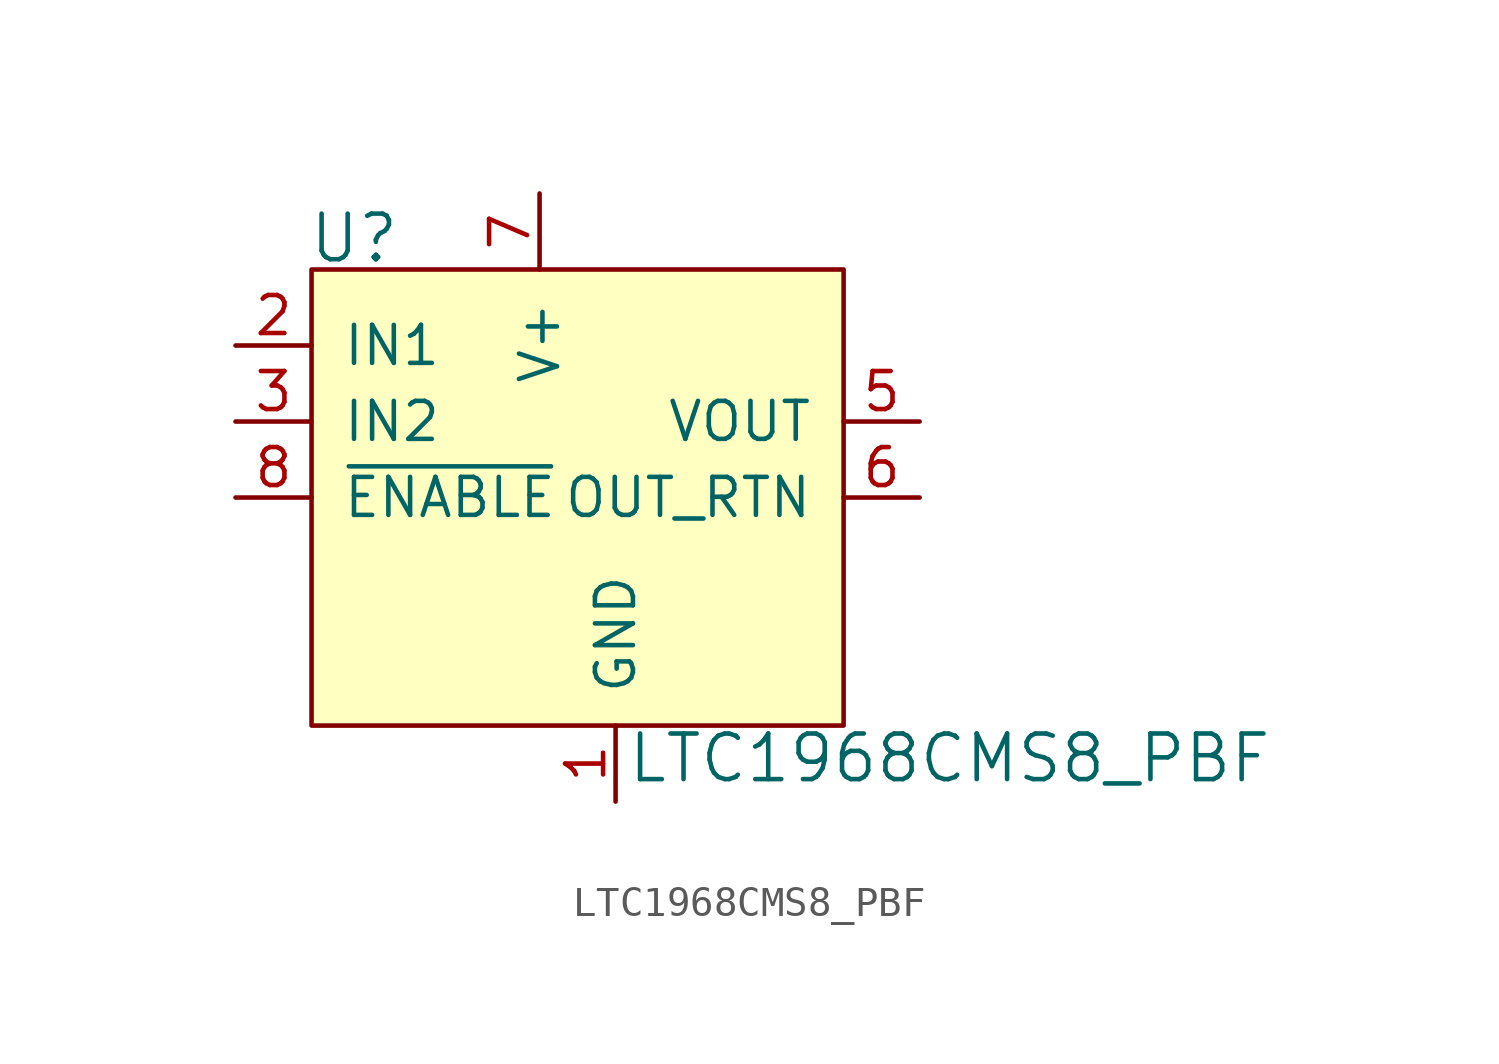
<source format=kicad_sym>
(kicad_symbol_lib
  (version 20231120)
  (generator "kicad_symbol_editor")
  (generator_version "8.0")
  (symbol "LTC1968CMS8_PBF"
    (pin_names
      (offset 1.016))
    (property "Reference" "U"
      (at -10.287 1.041 0)
      (effects (font (size 1.524 1.524)) (justify left)))
    (property "Value" "LTC1968CMS8_PBF"
      (at 0.356 -16.332 0)
      (effects (font (size 1.524 1.524)) (justify left)))
    (symbol "LTC1968CMS8_PBF_0_1"
      (rectangle (start -10.16 0) (end 7.62 -15.24) (stroke (width 0) (type default)) (fill (type background))))
    (symbol "LTC1968CMS8_PBF_1_1"
      (pin power_in line (at 0 -17.78 90) (length 2.54) (name "GND" (effects (font (size 1.27 1.27)))) (number "1" (effects (font (size 1.27 1.27)))))
      (pin input line (at -12.7 -2.54 0) (length 2.54) (name "IN1" (effects (font (size 1.27 1.27)))) (number "2" (effects (font (size 1.27 1.27)))))
      (pin input line (at -12.7 -5.08 0) (length 2.54) (name "IN2" (effects (font (size 1.27 1.27)))) (number "3" (effects (font (size 1.27 1.27)))))
      (pin no_connect line (at -10.16 -10.16 0) (length 2.54) hide (name "NC" (effects (font (size 1.27 1.27)))) (number "4" (effects (font (size 1.27 1.27)))))
      (pin power_out line (at 10.16 -5.08 180) (length 2.54) (name "VOUT" (effects (font (size 1.27 1.27)))) (number "5" (effects (font (size 1.27 1.27)))))
      (pin output line (at 10.16 -7.62 180) (length 2.54) (name "OUT_RTN" (effects (font (size 1.27 1.27)))) (number "6" (effects (font (size 1.27 1.27)))))
      (pin power_in line (at -2.54 2.54 270) (length 2.54) (name "V+" (effects (font (size 1.27 1.27)))) (number "7" (effects (font (size 1.27 1.27)))))
      (pin input line (at -12.7 -7.62 0) (length 2.54) (name "~{ENABLE}" (effects (font (size 1.27 1.27)))) (number "8" (effects (font (size 1.27 1.27))))))))
</source>
